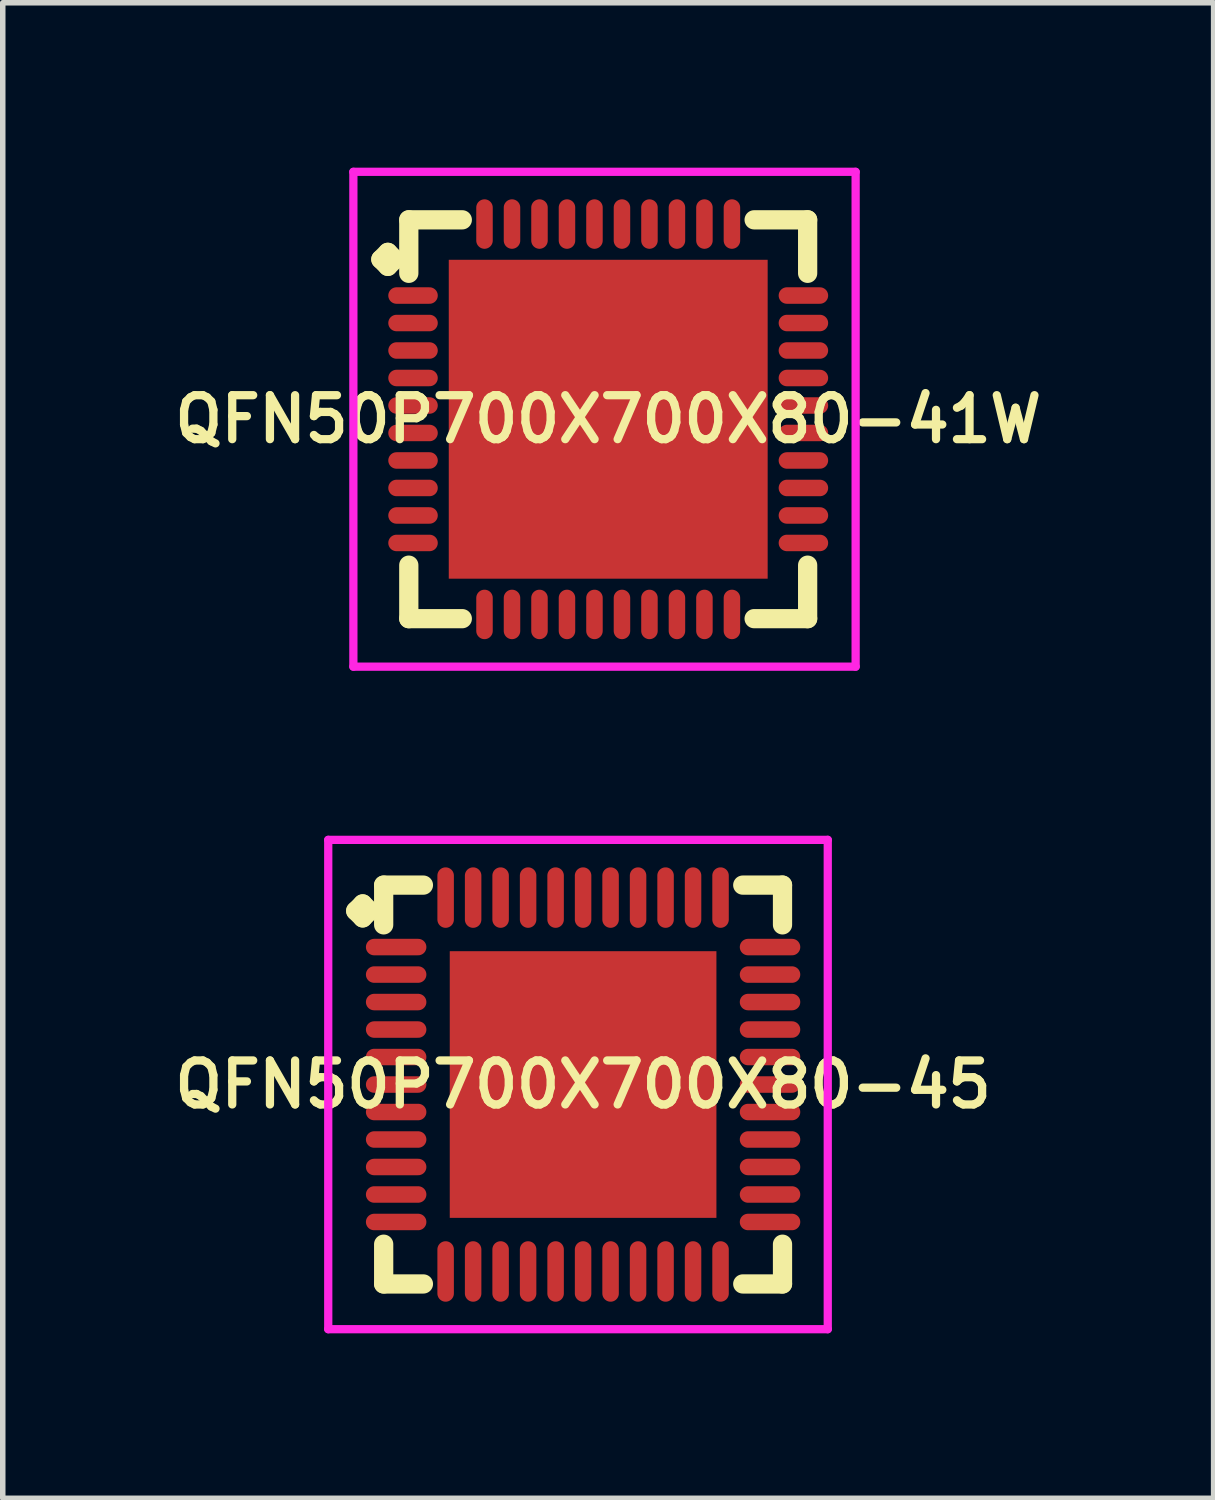
<source format=kicad_pcb>
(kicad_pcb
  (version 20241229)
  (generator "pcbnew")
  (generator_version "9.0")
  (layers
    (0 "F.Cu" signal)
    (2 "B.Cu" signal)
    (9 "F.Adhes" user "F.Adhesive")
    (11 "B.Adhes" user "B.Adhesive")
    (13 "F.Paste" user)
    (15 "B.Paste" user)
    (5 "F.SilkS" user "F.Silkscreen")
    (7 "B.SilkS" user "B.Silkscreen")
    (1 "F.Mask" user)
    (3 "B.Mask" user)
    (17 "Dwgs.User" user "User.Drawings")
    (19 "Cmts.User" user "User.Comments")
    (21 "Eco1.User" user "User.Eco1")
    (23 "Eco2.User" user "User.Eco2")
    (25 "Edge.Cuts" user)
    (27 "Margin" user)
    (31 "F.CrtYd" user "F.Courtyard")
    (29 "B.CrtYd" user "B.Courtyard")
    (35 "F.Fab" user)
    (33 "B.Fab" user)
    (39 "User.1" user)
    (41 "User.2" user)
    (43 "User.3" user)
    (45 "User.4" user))
  (footprint "QFN50P700X700X80-45"
    (layer "F.Cu")
    (at 7.555 16.675)
    (property "Reference" "QFN50P700X700X80-45" (at 0 0 0) (layer "F.SilkS") (effects (font (size 0.8 0.8) (thickness 0.15))))
    (attr through_hole)
    (fp_line (start -4.135 -3.158) (end -4.008 -3.285) (stroke (width 0.35) (type solid)) (layer "F.SilkS"))
    (fp_line (start -4.008 -3.285) (end -3.881 -3.158) (stroke (width 0.35) (type solid)) (layer "F.SilkS"))
    (fp_line (start -4.008 -3.031) (end -4.135 -3.158) (stroke (width 0.35) (type solid)) (layer "F.SilkS"))
    (fp_line (start -3.881 -3.158) (end -4.008 -3.031) (stroke (width 0.35) (type solid)) (layer "F.SilkS"))
    (fp_line (start -3.627 -3.627) (end -2.904 -3.627) (stroke (width 0.35) (type solid)) (layer "F.SilkS"))
    (fp_line (start -3.627 -2.904) (end -3.627 -3.627) (stroke (width 0.35) (type solid)) (layer "F.SilkS"))
    (fp_line (start -3.627 2.904) (end -3.627 3.627) (stroke (width 0.35) (type solid)) (layer "F.SilkS"))
    (fp_line (start -3.627 3.627) (end -2.904 3.627) (stroke (width 0.35) (type solid)) (layer "F.SilkS"))
    (fp_line (start 2.904 -3.627) (end 3.627 -3.627) (stroke (width 0.35) (type solid)) (layer "F.SilkS"))
    (fp_line (start 2.904 3.627) (end 3.627 3.627) (stroke (width 0.35) (type solid)) (layer "F.SilkS"))
    (fp_line (start 3.627 -3.627) (end 3.627 -2.904) (stroke (width 0.35) (type solid)) (layer "F.SilkS"))
    (fp_line (start 3.627 3.627) (end 3.627 2.904) (stroke (width 0.35) (type solid)) (layer "F.SilkS"))
    (fp_line (start -4.635 -4.45) (end 4.45 -4.45) (stroke (width 0.15) (type solid)) (layer "F.CrtYd"))
    (fp_line (start -4.635 4.45) (end -4.635 -4.45) (stroke (width 0.15) (type solid)) (layer "F.CrtYd"))
    (fp_line (start 4.45 -4.45) (end 4.45 4.45) (stroke (width 0.15) (type solid)) (layer "F.CrtYd"))
    (fp_line (start 4.45 4.45) (end -4.635 4.45) (stroke (width 0.15) (type solid)) (layer "F.CrtYd"))
    (pad "1" smd oval (at -3.4 -2.5) (size 1.1 0.3) (layers "F.Cu" "F.Mask" "F.Paste"))
    (pad "2" smd oval (at -3.4 -2) (size 1.1 0.3) (layers "F.Cu" "F.Mask" "F.Paste"))
    (pad "3" smd oval (at -3.4 -1.5) (size 1.1 0.3) (layers "F.Cu" "F.Mask" "F.Paste"))
    (pad "4" smd oval (at -3.4 -1) (size 1.1 0.3) (layers "F.Cu" "F.Mask" "F.Paste"))
    (pad "5" smd oval (at -3.4 -0.5) (size 1.1 0.3) (layers "F.Cu" "F.Mask" "F.Paste"))
    (pad "6" smd oval (at -3.4 0) (size 1.1 0.3) (layers "F.Cu" "F.Mask" "F.Paste"))
    (pad "7" smd oval (at -3.4 0.5) (size 1.1 0.3) (layers "F.Cu" "F.Mask" "F.Paste"))
    (pad "8" smd oval (at -3.4 1) (size 1.1 0.3) (layers "F.Cu" "F.Mask" "F.Paste"))
    (pad "9" smd oval (at -3.4 1.5) (size 1.1 0.3) (layers "F.Cu" "F.Mask" "F.Paste"))
    (pad "10" smd oval (at -3.4 2) (size 1.1 0.3) (layers "F.Cu" "F.Mask" "F.Paste"))
    (pad "11" smd oval (at -3.4 2.5) (size 1.1 0.3) (layers "F.Cu" "F.Mask" "F.Paste"))
    (pad "12" smd oval (at -2.5 3.4) (size 0.3 1.1) (layers "F.Cu" "F.Mask" "F.Paste"))
    (pad "13" smd oval (at -2 3.4) (size 0.3 1.1) (layers "F.Cu" "F.Mask" "F.Paste"))
    (pad "14" smd oval (at -1.5 3.4) (size 0.3 1.1) (layers "F.Cu" "F.Mask" "F.Paste"))
    (pad "15" smd oval (at -1 3.4) (size 0.3 1.1) (layers "F.Cu" "F.Mask" "F.Paste"))
    (pad "16" smd oval (at -0.5 3.4) (size 0.3 1.1) (layers "F.Cu" "F.Mask" "F.Paste"))
    (pad "17" smd oval (at 0 3.4) (size 0.3 1.1) (layers "F.Cu" "F.Mask" "F.Paste"))
    (pad "18" smd oval (at 0.5 3.4) (size 0.3 1.1) (layers "F.Cu" "F.Mask" "F.Paste"))
    (pad "19" smd oval (at 1 3.4) (size 0.3 1.1) (layers "F.Cu" "F.Mask" "F.Paste"))
    (pad "20" smd oval (at 1.5 3.4) (size 0.3 1.1) (layers "F.Cu" "F.Mask" "F.Paste"))
    (pad "21" smd oval (at 2 3.4) (size 0.3 1.1) (layers "F.Cu" "F.Mask" "F.Paste"))
    (pad "22" smd oval (at 2.5 3.4) (size 0.3 1.1) (layers "F.Cu" "F.Mask" "F.Paste"))
    (pad "23" smd oval (at 3.4 2.5) (size 1.1 0.3) (layers "F.Cu" "F.Mask" "F.Paste"))
    (pad "24" smd oval (at 3.4 2) (size 1.1 0.3) (layers "F.Cu" "F.Mask" "F.Paste"))
    (pad "25" smd oval (at 3.4 1.5) (size 1.1 0.3) (layers "F.Cu" "F.Mask" "F.Paste"))
    (pad "26" smd oval (at 3.4 1) (size 1.1 0.3) (layers "F.Cu" "F.Mask" "F.Paste"))
    (pad "27" smd oval (at 3.4 0.5) (size 1.1 0.3) (layers "F.Cu" "F.Mask" "F.Paste"))
    (pad "28" smd oval (at 3.4 0) (size 1.1 0.3) (layers "F.Cu" "F.Mask" "F.Paste"))
    (pad "29" smd oval (at 3.4 -0.5) (size 1.1 0.3) (layers "F.Cu" "F.Mask" "F.Paste"))
    (pad "30" smd oval (at 3.4 -1) (size 1.1 0.3) (layers "F.Cu" "F.Mask" "F.Paste"))
    (pad "31" smd oval (at 3.4 -1.5) (size 1.1 0.3) (layers "F.Cu" "F.Mask" "F.Paste"))
    (pad "32" smd oval (at 3.4 -2) (size 1.1 0.3) (layers "F.Cu" "F.Mask" "F.Paste"))
    (pad "33" smd oval (at 3.4 -2.5) (size 1.1 0.3) (layers "F.Cu" "F.Mask" "F.Paste"))
    (pad "34" smd oval (at 2.5 -3.4) (size 0.3 1.1) (layers "F.Cu" "F.Mask" "F.Paste"))
    (pad "35" smd oval (at 2 -3.4) (size 0.3 1.1) (layers "F.Cu" "F.Mask" "F.Paste"))
    (pad "36" smd oval (at 1.5 -3.4) (size 0.3 1.1) (layers "F.Cu" "F.Mask" "F.Paste"))
    (pad "37" smd oval (at 1 -3.4) (size 0.3 1.1) (layers "F.Cu" "F.Mask" "F.Paste"))
    (pad "38" smd oval (at 0.5 -3.4) (size 0.3 1.1) (layers "F.Cu" "F.Mask" "F.Paste"))
    (pad "39" smd oval (at 0 -3.4) (size 0.3 1.1) (layers "F.Cu" "F.Mask" "F.Paste"))
    (pad "40" smd oval (at -0.5 -3.4) (size 0.3 1.1) (layers "F.Cu" "F.Mask" "F.Paste"))
    (pad "41" smd oval (at -1 -3.4) (size 0.3 1.1) (layers "F.Cu" "F.Mask" "F.Paste"))
    (pad "42" smd oval (at -1.5 -3.4) (size 0.3 1.1) (layers "F.Cu" "F.Mask" "F.Paste"))
    (pad "43" smd oval (at -2 -3.4) (size 0.3 1.1) (layers "F.Cu" "F.Mask" "F.Paste"))
    (pad "44" smd oval (at -2.5 -3.4) (size 0.3 1.1) (layers "F.Cu" "F.Mask" "F.Paste"))
    (pad "45" smd rect (at 0 0) (size 4.85 4.85) (layers "F.Cu" "F.Mask" "F.Paste")))
  (footprint "QFN50P700X700X80-41W"
    (layer "F.Cu")
    (at 8.012 4.575)
    (property "Reference" "QFN50P700X700X80-41W" (at 0 0 0) (layer "F.SilkS") (effects (font (size 0.8 0.8) (thickness 0.15))))
    (attr through_hole)
    (fp_line (start -4.135 -2.908) (end -4.008 -3.035) (stroke (width 0.35) (type solid)) (layer "F.SilkS"))
    (fp_line (start -4.008 -3.035) (end -3.881 -2.908) (stroke (width 0.35) (type solid)) (layer "F.SilkS"))
    (fp_line (start -4.008 -2.781) (end -4.135 -2.908) (stroke (width 0.35) (type solid)) (layer "F.SilkS"))
    (fp_line (start -3.881 -2.908) (end -4.008 -2.781) (stroke (width 0.35) (type solid)) (layer "F.SilkS"))
    (fp_line (start -3.627 -3.627) (end -2.654 -3.627) (stroke (width 0.35) (type solid)) (layer "F.SilkS"))
    (fp_line (start -3.627 -2.654) (end -3.627 -3.627) (stroke (width 0.35) (type solid)) (layer "F.SilkS"))
    (fp_line (start -3.627 2.654) (end -3.627 3.627) (stroke (width 0.35) (type solid)) (layer "F.SilkS"))
    (fp_line (start -3.627 3.627) (end -2.654 3.627) (stroke (width 0.35) (type solid)) (layer "F.SilkS"))
    (fp_line (start 2.654 -3.627) (end 3.627 -3.627) (stroke (width 0.35) (type solid)) (layer "F.SilkS"))
    (fp_line (start 2.654 3.627) (end 3.627 3.627) (stroke (width 0.35) (type solid)) (layer "F.SilkS"))
    (fp_line (start 3.627 -3.627) (end 3.627 -2.654) (stroke (width 0.35) (type solid)) (layer "F.SilkS"))
    (fp_line (start 3.627 3.627) (end 3.627 2.654) (stroke (width 0.35) (type solid)) (layer "F.SilkS"))
    (fp_line (start -4.635 -4.5) (end 4.5 -4.5) (stroke (width 0.15) (type solid)) (layer "F.CrtYd"))
    (fp_line (start -4.635 4.5) (end -4.635 -4.5) (stroke (width 0.15) (type solid)) (layer "F.CrtYd"))
    (fp_line (start 4.5 -4.5) (end 4.5 4.5) (stroke (width 0.15) (type solid)) (layer "F.CrtYd"))
    (fp_line (start 4.5 4.5) (end -4.635 4.5) (stroke (width 0.15) (type solid)) (layer "F.CrtYd"))
    (pad "1" smd oval (at -3.55 -2.25) (size 0.9 0.3) (layers "F.Cu" "F.Mask" "F.Paste"))
    (pad "2" smd oval (at -3.55 -1.75) (size 0.9 0.3) (layers "F.Cu" "F.Mask" "F.Paste"))
    (pad "3" smd oval (at -3.55 -1.25) (size 0.9 0.3) (layers "F.Cu" "F.Mask" "F.Paste"))
    (pad "4" smd oval (at -3.55 -0.75) (size 0.9 0.3) (layers "F.Cu" "F.Mask" "F.Paste"))
    (pad "5" smd oval (at -3.55 -0.25) (size 0.9 0.3) (layers "F.Cu" "F.Mask" "F.Paste"))
    (pad "6" smd oval (at -3.55 0.25) (size 0.9 0.3) (layers "F.Cu" "F.Mask" "F.Paste"))
    (pad "7" smd oval (at -3.55 0.75) (size 0.9 0.3) (layers "F.Cu" "F.Mask" "F.Paste"))
    (pad "8" smd oval (at -3.55 1.25) (size 0.9 0.3) (layers "F.Cu" "F.Mask" "F.Paste"))
    (pad "9" smd oval (at -3.55 1.75) (size 0.9 0.3) (layers "F.Cu" "F.Mask" "F.Paste"))
    (pad "10" smd oval (at -3.55 2.25) (size 0.9 0.3) (layers "F.Cu" "F.Mask" "F.Paste"))
    (pad "11" smd oval (at -2.25 3.55) (size 0.3 0.9) (layers "F.Cu" "F.Mask" "F.Paste"))
    (pad "12" smd oval (at -1.75 3.55) (size 0.3 0.9) (layers "F.Cu" "F.Mask" "F.Paste"))
    (pad "13" smd oval (at -1.25 3.55) (size 0.3 0.9) (layers "F.Cu" "F.Mask" "F.Paste"))
    (pad "14" smd oval (at -0.75 3.55) (size 0.3 0.9) (layers "F.Cu" "F.Mask" "F.Paste"))
    (pad "15" smd oval (at -0.25 3.55) (size 0.3 0.9) (layers "F.Cu" "F.Mask" "F.Paste"))
    (pad "16" smd oval (at 0.25 3.55) (size 0.3 0.9) (layers "F.Cu" "F.Mask" "F.Paste"))
    (pad "17" smd oval (at 0.75 3.55) (size 0.3 0.9) (layers "F.Cu" "F.Mask" "F.Paste"))
    (pad "18" smd oval (at 1.25 3.55) (size 0.3 0.9) (layers "F.Cu" "F.Mask" "F.Paste"))
    (pad "19" smd oval (at 1.75 3.55) (size 0.3 0.9) (layers "F.Cu" "F.Mask" "F.Paste"))
    (pad "20" smd oval (at 2.25 3.55) (size 0.3 0.9) (layers "F.Cu" "F.Mask" "F.Paste"))
    (pad "21" smd oval (at 3.55 2.25) (size 0.9 0.3) (layers "F.Cu" "F.Mask" "F.Paste"))
    (pad "22" smd oval (at 3.55 1.75) (size 0.9 0.3) (layers "F.Cu" "F.Mask" "F.Paste"))
    (pad "23" smd oval (at 3.55 1.25) (size 0.9 0.3) (layers "F.Cu" "F.Mask" "F.Paste"))
    (pad "24" smd oval (at 3.55 0.75) (size 0.9 0.3) (layers "F.Cu" "F.Mask" "F.Paste"))
    (pad "25" smd oval (at 3.55 0.25) (size 0.9 0.3) (layers "F.Cu" "F.Mask" "F.Paste"))
    (pad "26" smd oval (at 3.55 -0.25) (size 0.9 0.3) (layers "F.Cu" "F.Mask" "F.Paste"))
    (pad "27" smd oval (at 3.55 -0.75) (size 0.9 0.3) (layers "F.Cu" "F.Mask" "F.Paste"))
    (pad "28" smd oval (at 3.55 -1.25) (size 0.9 0.3) (layers "F.Cu" "F.Mask" "F.Paste"))
    (pad "29" smd oval (at 3.55 -1.75) (size 0.9 0.3) (layers "F.Cu" "F.Mask" "F.Paste"))
    (pad "30" smd oval (at 3.55 -2.25) (size 0.9 0.3) (layers "F.Cu" "F.Mask" "F.Paste"))
    (pad "31" smd oval (at 2.25 -3.55) (size 0.3 0.9) (layers "F.Cu" "F.Mask" "F.Paste"))
    (pad "32" smd oval (at 1.75 -3.55) (size 0.3 0.9) (layers "F.Cu" "F.Mask" "F.Paste"))
    (pad "33" smd oval (at 1.25 -3.55) (size 0.3 0.9) (layers "F.Cu" "F.Mask" "F.Paste"))
    (pad "34" smd oval (at 0.75 -3.55) (size 0.3 0.9) (layers "F.Cu" "F.Mask" "F.Paste"))
    (pad "35" smd oval (at 0.25 -3.55) (size 0.3 0.9) (layers "F.Cu" "F.Mask" "F.Paste"))
    (pad "36" smd oval (at -0.25 -3.55) (size 0.3 0.9) (layers "F.Cu" "F.Mask" "F.Paste"))
    (pad "37" smd oval (at -0.75 -3.55) (size 0.3 0.9) (layers "F.Cu" "F.Mask" "F.Paste"))
    (pad "38" smd oval (at -1.25 -3.55) (size 0.3 0.9) (layers "F.Cu" "F.Mask" "F.Paste"))
    (pad "39" smd oval (at -1.75 -3.55) (size 0.3 0.9) (layers "F.Cu" "F.Mask" "F.Paste"))
    (pad "40" smd oval (at -2.25 -3.55) (size 0.3 0.9) (layers "F.Cu" "F.Mask" "F.Paste"))
    (pad "41" smd rect (at 0 0) (size 5.8 5.8) (layers "F.Cu" "F.Mask" "F.Paste")))
  (gr_rect
    (start -3 -3)
    (end 19.023 24.2)
    (stroke (width 0.1) (type default))
    (fill no)
    (layer "Edge.Cuts")))
</source>
